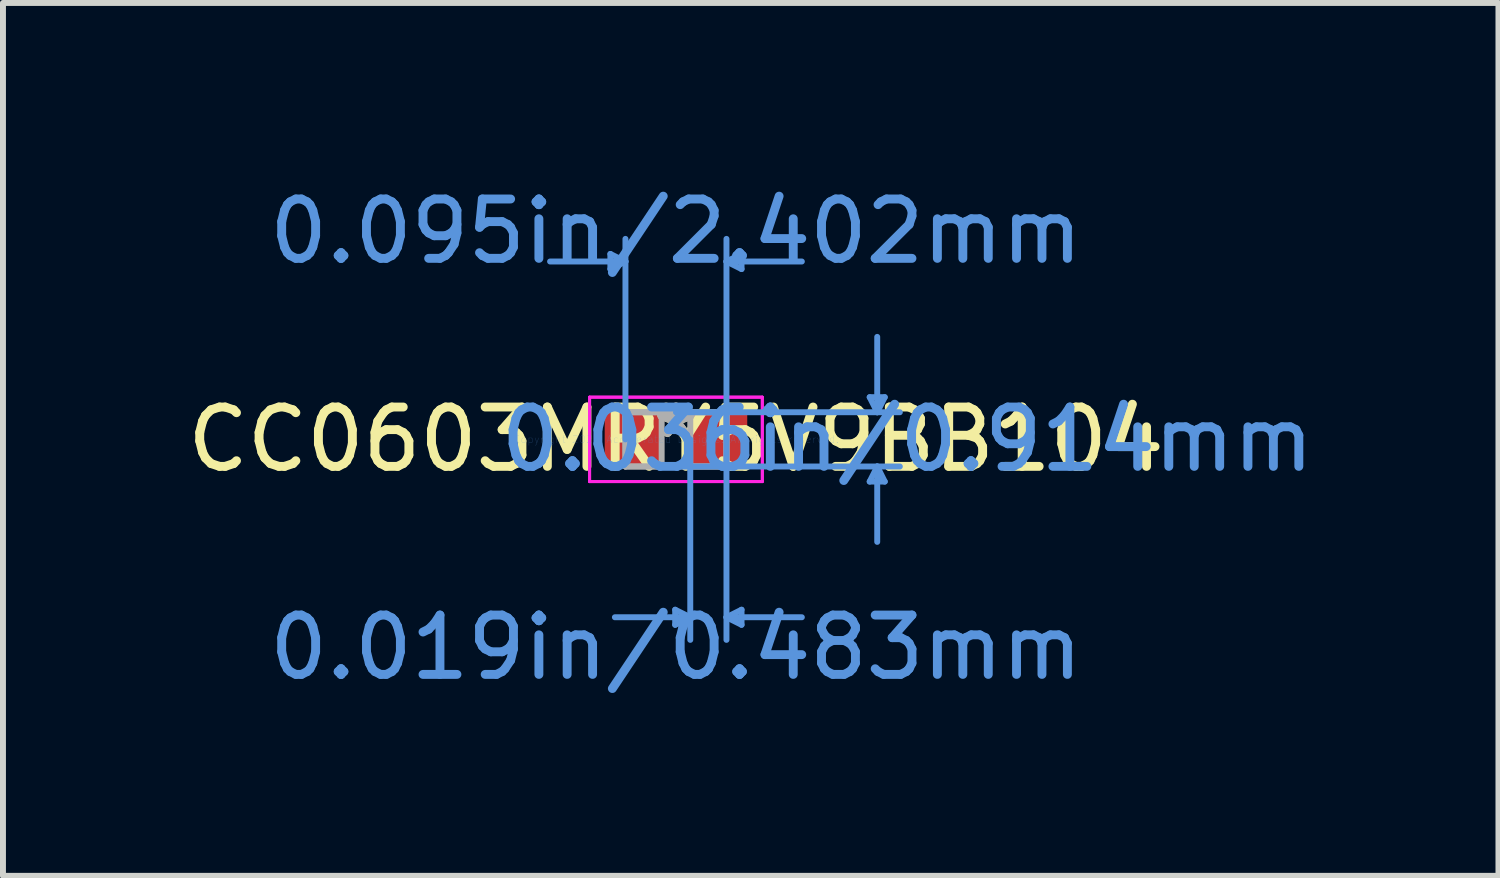
<source format=kicad_pcb>
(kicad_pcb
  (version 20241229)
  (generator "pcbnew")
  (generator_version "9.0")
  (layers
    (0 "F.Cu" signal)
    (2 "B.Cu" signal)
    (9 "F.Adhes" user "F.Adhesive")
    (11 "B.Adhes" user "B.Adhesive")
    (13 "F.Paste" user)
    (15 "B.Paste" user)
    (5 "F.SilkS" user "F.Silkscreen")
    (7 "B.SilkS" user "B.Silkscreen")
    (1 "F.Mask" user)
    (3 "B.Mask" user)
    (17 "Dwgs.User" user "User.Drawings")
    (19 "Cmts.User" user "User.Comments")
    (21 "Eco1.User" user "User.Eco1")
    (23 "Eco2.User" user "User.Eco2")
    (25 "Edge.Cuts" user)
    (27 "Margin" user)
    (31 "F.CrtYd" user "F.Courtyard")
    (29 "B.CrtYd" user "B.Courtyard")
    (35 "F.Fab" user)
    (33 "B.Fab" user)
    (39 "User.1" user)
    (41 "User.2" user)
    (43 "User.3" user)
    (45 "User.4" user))
  (footprint "CC0603MRY5V9BB104"
    (layer "F.Cu")
    (at 8.339 4.353)
    (property "Reference" "CC0603MRY5V9BB104" (at 0 0 0) (layer "F.SilkS") (effects (font (size 1 1) (thickness 0.15))))
    (attr through_hole)
    (fp_line (start -1.105 -3.124) (end -1.105 -2.87) (stroke (width 0.1) (type solid)) (layer "Cmts.User"))
    (fp_line (start -0.851 -2.997) (end -2.121 -2.997) (stroke (width 0.1) (type solid)) (layer "Cmts.User"))
    (fp_line (start -0.851 -2.997) (end -1.105 -3.124) (stroke (width 0.1) (type solid)) (layer "Cmts.User"))
    (fp_line (start -0.851 -2.997) (end -1.105 -2.87) (stroke (width 0.1) (type solid)) (layer "Cmts.User"))
    (fp_line (start -0.851 0) (end -0.851 -3.378) (stroke (width 0.1) (type solid)) (layer "Cmts.User"))
    (fp_line (start -0.013 2.87) (end -0.013 3.124) (stroke (width 0.1) (type solid)) (layer "Cmts.User"))
    (fp_line (start 0 -0.457) (end 3.772 -0.457) (stroke (width 0.1) (type solid)) (layer "Cmts.User"))
    (fp_line (start 0 0.457) (end 3.772 0.457) (stroke (width 0.1) (type solid)) (layer "Cmts.User"))
    (fp_line (start 0.241 0) (end 0.241 3.378) (stroke (width 0.1) (type solid)) (layer "Cmts.User"))
    (fp_line (start 0.241 2.997) (end -1.029 2.997) (stroke (width 0.1) (type solid)) (layer "Cmts.User"))
    (fp_line (start 0.241 2.997) (end -0.013 2.87) (stroke (width 0.1) (type solid)) (layer "Cmts.User"))
    (fp_line (start 0.241 2.997) (end -0.013 3.124) (stroke (width 0.1) (type solid)) (layer "Cmts.User"))
    (fp_line (start 0.851 -2.997) (end 1.105 -3.124) (stroke (width 0.1) (type solid)) (layer "Cmts.User"))
    (fp_line (start 0.851 -2.997) (end 1.105 -2.87) (stroke (width 0.1) (type solid)) (layer "Cmts.User"))
    (fp_line (start 0.851 -2.997) (end 2.121 -2.997) (stroke (width 0.1) (type solid)) (layer "Cmts.User"))
    (fp_line (start 0.851 0) (end 0.851 -3.378) (stroke (width 0.1) (type solid)) (layer "Cmts.User"))
    (fp_line (start 0.851 0) (end 0.851 3.378) (stroke (width 0.1) (type solid)) (layer "Cmts.User"))
    (fp_line (start 0.851 2.997) (end 1.105 2.87) (stroke (width 0.1) (type solid)) (layer "Cmts.User"))
    (fp_line (start 0.851 2.997) (end 1.105 3.124) (stroke (width 0.1) (type solid)) (layer "Cmts.User"))
    (fp_line (start 0.851 2.997) (end 2.121 2.997) (stroke (width 0.1) (type solid)) (layer "Cmts.User"))
    (fp_line (start 1.105 -3.124) (end 1.105 -2.87) (stroke (width 0.1) (type solid)) (layer "Cmts.User"))
    (fp_line (start 1.105 2.87) (end 1.105 3.124) (stroke (width 0.1) (type solid)) (layer "Cmts.User"))
    (fp_line (start 3.264 -0.711) (end 3.518 -0.711) (stroke (width 0.1) (type solid)) (layer "Cmts.User"))
    (fp_line (start 3.264 0.711) (end 3.518 0.711) (stroke (width 0.1) (type solid)) (layer "Cmts.User"))
    (fp_line (start 3.391 -0.457) (end 3.264 -0.711) (stroke (width 0.1) (type solid)) (layer "Cmts.User"))
    (fp_line (start 3.391 -0.457) (end 3.391 -1.727) (stroke (width 0.1) (type solid)) (layer "Cmts.User"))
    (fp_line (start 3.391 -0.457) (end 3.518 -0.711) (stroke (width 0.1) (type solid)) (layer "Cmts.User"))
    (fp_line (start 3.391 0.457) (end 3.264 0.711) (stroke (width 0.1) (type solid)) (layer "Cmts.User"))
    (fp_line (start 3.391 0.457) (end 3.391 1.727) (stroke (width 0.1) (type solid)) (layer "Cmts.User"))
    (fp_line (start 3.391 0.457) (end 3.518 0.711) (stroke (width 0.1) (type solid)) (layer "Cmts.User"))
    (fp_line (start -1.455 -0.711) (end 1.455 -0.711) (stroke (width 0.05) (type solid)) (layer "F.CrtYd"))
    (fp_line (start -1.455 -0.711) (end 1.455 -0.711) (stroke (width 0.05) (type solid)) (layer "F.CrtYd"))
    (fp_line (start -1.455 0.711) (end -1.455 -0.711) (stroke (width 0.05) (type solid)) (layer "F.CrtYd"))
    (fp_line (start -1.455 0.711) (end -1.455 -0.711) (stroke (width 0.05) (type solid)) (layer "F.CrtYd"))
    (fp_line (start 1.455 -0.711) (end 1.455 0.711) (stroke (width 0.05) (type solid)) (layer "F.CrtYd"))
    (fp_line (start 1.455 -0.711) (end 1.455 0.711) (stroke (width 0.05) (type solid)) (layer "F.CrtYd"))
    (fp_line (start 1.455 0.711) (end -1.455 0.711) (stroke (width 0.05) (type solid)) (layer "F.CrtYd"))
    (fp_line (start 1.455 0.711) (end -1.455 0.711) (stroke (width 0.05) (type solid)) (layer "F.CrtYd"))
    (fp_line (start -0.851 -0.457) (end -0.851 0.457) (stroke (width 0.1) (type solid)) (layer "F.Fab"))
    (fp_line (start -0.851 -0.457) (end -0.851 0.457) (stroke (width 0.1) (type solid)) (layer "F.Fab"))
    (fp_line (start -0.851 0.457) (end -0.241 0.457) (stroke (width 0.1) (type solid)) (layer "F.Fab"))
    (fp_line (start -0.851 0.457) (end 0.851 0.457) (stroke (width 0.1) (type solid)) (layer "F.Fab"))
    (fp_line (start -0.241 -0.457) (end -0.851 -0.457) (stroke (width 0.1) (type solid)) (layer "F.Fab"))
    (fp_line (start -0.241 0.457) (end -0.241 -0.457) (stroke (width 0.1) (type solid)) (layer "F.Fab"))
    (fp_line (start 0.241 -0.457) (end 0.241 0.457) (stroke (width 0.1) (type solid)) (layer "F.Fab"))
    (fp_line (start 0.241 0.457) (end 0.851 0.457) (stroke (width 0.1) (type solid)) (layer "F.Fab"))
    (fp_line (start 0.851 -0.457) (end -0.851 -0.457) (stroke (width 0.1) (type solid)) (layer "F.Fab"))
    (fp_line (start 0.851 -0.457) (end 0.241 -0.457) (stroke (width 0.1) (type solid)) (layer "F.Fab"))
    (fp_line (start 0.851 0.457) (end 0.851 -0.457) (stroke (width 0.1) (type solid)) (layer "F.Fab"))
    (fp_line (start 0.851 0.457) (end 0.851 -0.457) (stroke (width 0.1) (type solid)) (layer "F.Fab"))
    (fp_text user "*" (at 0 0 0) (layer "F.SilkS") (effects (font (size 1 1) (thickness 0.15))))
    (fp_text user "0.036in/0.914mm" (at 3.899 0 0) (layer "Cmts.User") (effects (font (size 1 1) (thickness 0.15))))
    (fp_text user "0.019in/0.483mm" (at 0 3.505 0) (layer "Cmts.User") (effects (font (size 1 1) (thickness 0.15))))
    (fp_text user "Copyright 2021 Accelerated Designs. All rights reserved." (at 0 0 0) (layer "Cmts.User") (effects (font (size 0.127 0.127) (thickness 0.002))))
    (fp_text user "0.095in/2.402mm" (at 0 -3.505 0) (layer "Cmts.User") (effects (font (size 1 1) (thickness 0.15))))
    (fp_text user "*" (at 0 0 0) (layer "F.Fab") (effects (font (size 1 1) (thickness 0.15))))
    (pad "1" smd rect (at -0.721 0) (size 0.96 0.914) (layers "F.Cu" "F.Mask" "F.Paste"))
    (pad "2" smd rect (at 0.721 0) (size 0.96 0.914) (layers "F.Cu" "F.Mask" "F.Paste")))
  (gr_rect
    (start -3 -3)
    (end 22.197 11.707)
    (stroke (width 0.1) (type default))
    (fill no)
    (layer "Edge.Cuts")))
</source>
